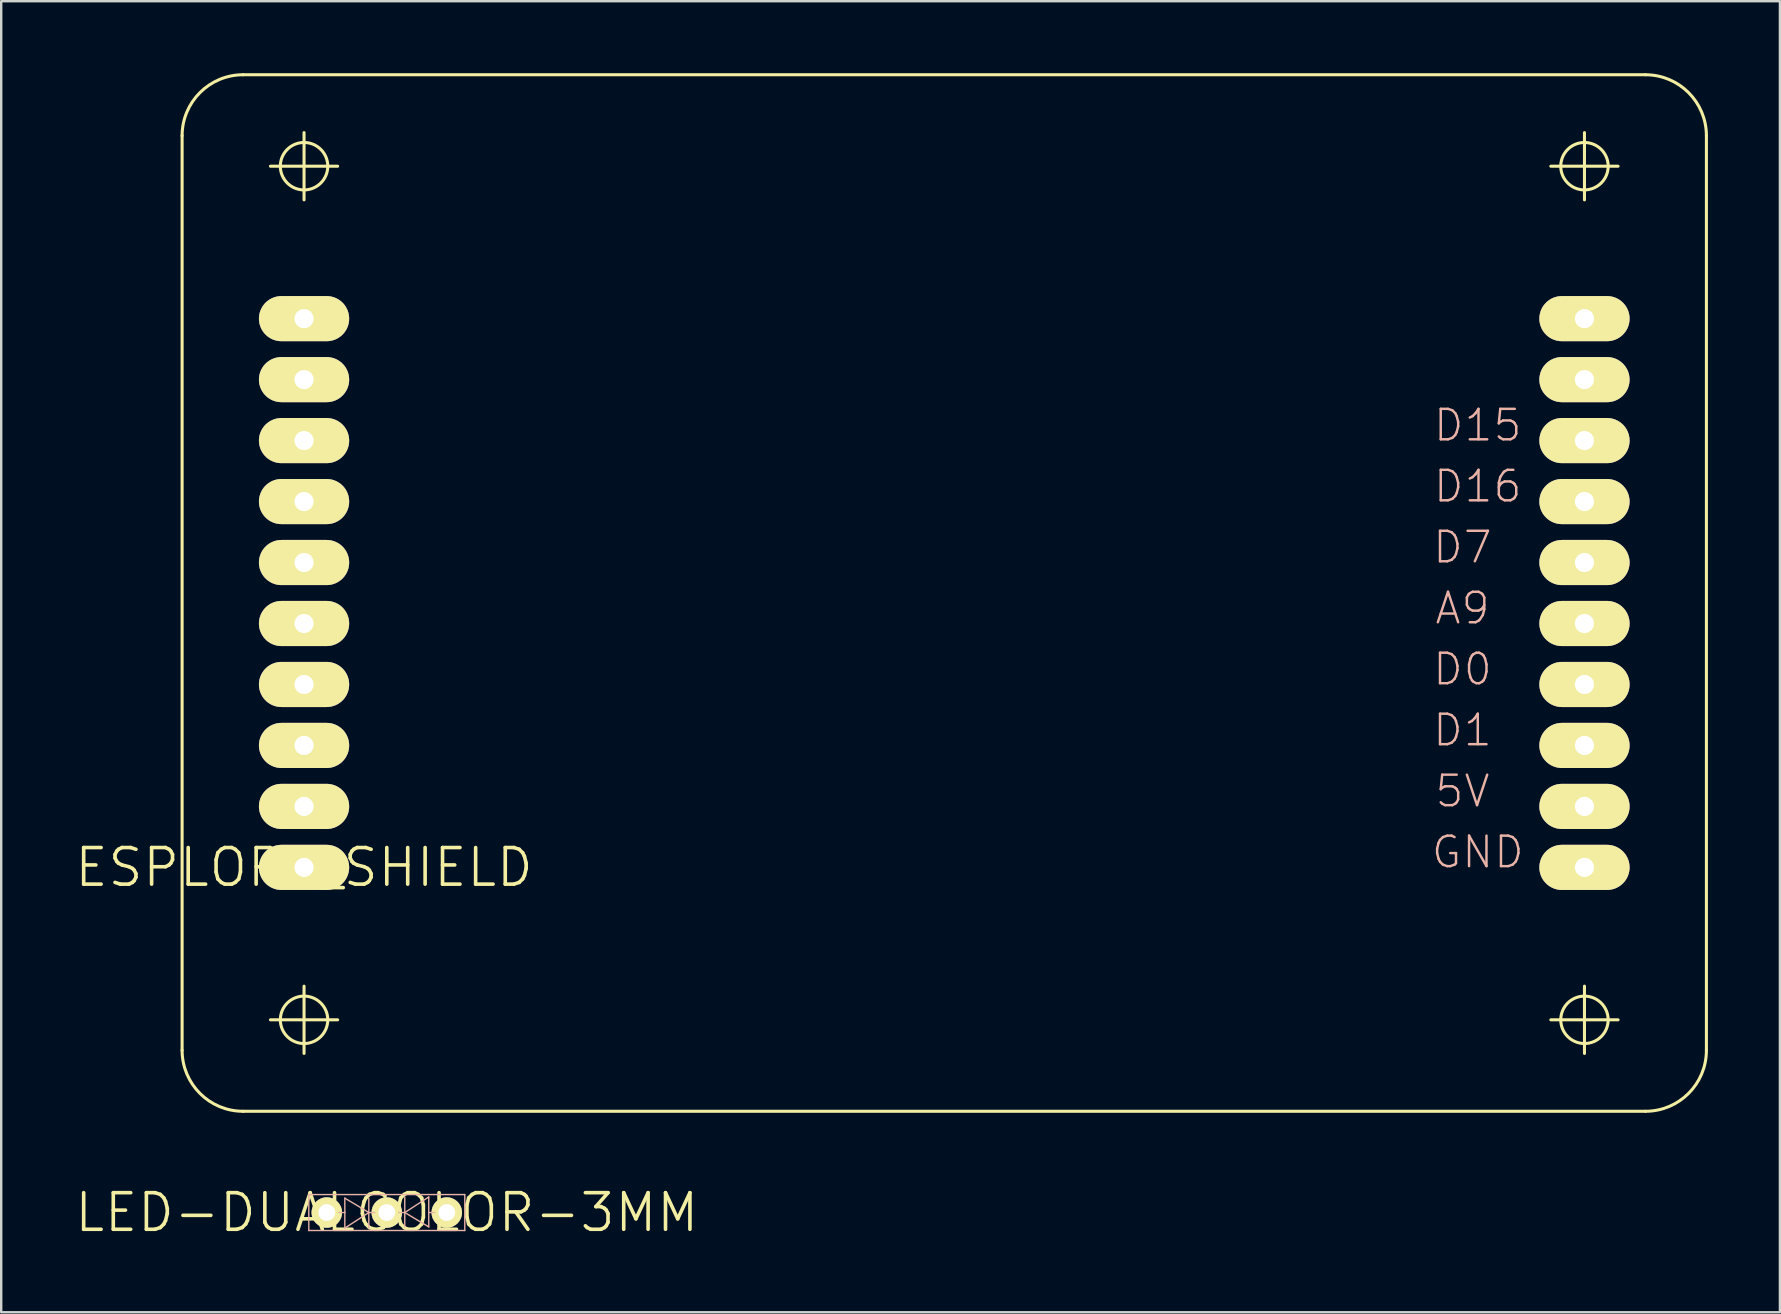
<source format=kicad_pcb>
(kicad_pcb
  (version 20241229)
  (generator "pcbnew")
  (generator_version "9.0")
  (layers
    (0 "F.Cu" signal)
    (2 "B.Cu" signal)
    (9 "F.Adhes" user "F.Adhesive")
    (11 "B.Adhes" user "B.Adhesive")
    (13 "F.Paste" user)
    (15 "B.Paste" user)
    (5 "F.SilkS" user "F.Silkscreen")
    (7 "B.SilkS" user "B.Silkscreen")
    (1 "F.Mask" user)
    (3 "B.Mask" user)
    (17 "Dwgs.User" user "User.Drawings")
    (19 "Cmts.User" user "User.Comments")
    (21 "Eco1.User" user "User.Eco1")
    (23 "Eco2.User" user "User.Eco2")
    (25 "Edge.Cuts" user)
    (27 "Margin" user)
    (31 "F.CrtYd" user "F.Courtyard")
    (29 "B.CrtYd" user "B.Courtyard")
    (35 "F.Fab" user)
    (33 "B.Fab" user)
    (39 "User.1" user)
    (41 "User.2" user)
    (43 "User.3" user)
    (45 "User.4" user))
  (footprint "LED-DUALCOLOR-3MM"
    (layer "F.Cu")
    (at 13.063 47.462)
    (property "Reference" "LED-DUALCOLOR-3MM" (at 0 0 0) (layer "F.SilkS") (effects (font (size 1.524 1.524) (thickness 0.15))))
    (attr exclude_from_pos_files exclude_from_bom)
    (fp_line (start -3.249 -0.749) (end 3.249 -0.749) (stroke (width 0.058) (type solid)) (layer "B.SilkS"))
    (fp_line (start -3.249 0.749) (end -3.249 -0.749) (stroke (width 0.058) (type solid)) (layer "B.SilkS"))
    (fp_line (start -1.748 -0.599) (end -1.748 0) (stroke (width 0.058) (type solid)) (layer "B.SilkS"))
    (fp_line (start -1.748 0) (end -1.999 0) (stroke (width 0.058) (type solid)) (layer "B.SilkS"))
    (fp_line (start -1.748 0) (end -1.748 0.648) (stroke (width 0.058) (type solid)) (layer "B.SilkS"))
    (fp_line (start -1.748 0.648) (end -0.749 0) (stroke (width 0.058) (type solid)) (layer "B.SilkS"))
    (fp_line (start -0.749 -0.599) (end -0.749 0) (stroke (width 0.058) (type solid)) (layer "B.SilkS"))
    (fp_line (start -0.749 0) (end -1.748 -0.599) (stroke (width 0.058) (type solid)) (layer "B.SilkS"))
    (fp_line (start -0.749 0) (end -0.749 0.648) (stroke (width 0.058) (type solid)) (layer "B.SilkS"))
    (fp_line (start -0.749 0) (end -0.498 0) (stroke (width 0.058) (type solid)) (layer "B.SilkS"))
    (fp_line (start 0.498 0) (end 0.749 0) (stroke (width 0.058) (type solid)) (layer "B.SilkS"))
    (fp_line (start 0.749 0) (end 0.749 -0.648) (stroke (width 0.058) (type solid)) (layer "B.SilkS"))
    (fp_line (start 0.749 0) (end 1.748 0.599) (stroke (width 0.058) (type solid)) (layer "B.SilkS"))
    (fp_line (start 0.749 0.599) (end 0.749 0) (stroke (width 0.058) (type solid)) (layer "B.SilkS"))
    (fp_line (start 1.748 -0.648) (end 0.749 0) (stroke (width 0.058) (type solid)) (layer "B.SilkS"))
    (fp_line (start 1.748 0) (end 1.748 -0.648) (stroke (width 0.058) (type solid)) (layer "B.SilkS"))
    (fp_line (start 1.748 0) (end 1.999 0) (stroke (width 0.058) (type solid)) (layer "B.SilkS"))
    (fp_line (start 1.748 0.599) (end 1.748 0) (stroke (width 0.058) (type solid)) (layer "B.SilkS"))
    (fp_line (start 3.249 -0.749) (end 3.249 0.749) (stroke (width 0.058) (type solid)) (layer "B.SilkS"))
    (fp_line (start 3.249 0.749) (end -3.249 0.749) (stroke (width 0.058) (type solid)) (layer "B.SilkS"))
    (pad "A1" thru_hole circle (at -2.499 0) (size 1.27 1.27) (drill 0.699) (layers "*.Cu" "F.Mask" "F.SilkS" "F.Paste"))
    (pad "A2" thru_hole circle (at 2.499 0) (size 1.27 1.27) (drill 0.699) (layers "*.Cu" "F.Mask" "F.SilkS" "F.Paste"))
    (pad "K" thru_hole circle (at 0 0) (size 1.27 1.27) (drill 0.699) (layers "*.Cu" "F.Mask" "F.SilkS" "F.Paste")))
  (footprint "ESPLORA_SHIELD"
    (layer "F.Cu")
    (at 9.616 33.084)
    (property "Reference" "ESPLORA_SHIELD" (at 0 0 0) (layer "F.SilkS") (effects (font (size 1.524 1.524) (thickness 0.15))))
    (attr exclude_from_pos_files exclude_from_bom)
    (fp_line (start -5.08 -30.48) (end -5.08 7.62) (stroke (width 0.127) (type solid)) (layer "F.SilkS"))
    (fp_line (start -2.54 -33.02) (end 55.88 -33.02) (stroke (width 0.127) (type solid)) (layer "F.SilkS"))
    (fp_line (start -2.54 10.16) (end 55.88 10.16) (stroke (width 0.127) (type solid)) (layer "F.SilkS"))
    (fp_line (start -1.4 -29.21) (end 1.4 -29.21) (stroke (width 0.127) (type solid)) (layer "F.SilkS"))
    (fp_line (start -1.4 6.35) (end 1.4 6.35) (stroke (width 0.127) (type solid)) (layer "F.SilkS"))
    (fp_line (start 0 -27.808) (end 0 -30.61) (stroke (width 0.127) (type solid)) (layer "F.SilkS"))
    (fp_line (start 0 7.75) (end 0 4.948) (stroke (width 0.127) (type solid)) (layer "F.SilkS"))
    (fp_line (start 51.938 -29.21) (end 54.74 -29.21) (stroke (width 0.127) (type solid)) (layer "F.SilkS"))
    (fp_line (start 51.938 6.35) (end 54.74 6.35) (stroke (width 0.127) (type solid)) (layer "F.SilkS"))
    (fp_line (start 53.34 -27.808) (end 53.34 -30.61) (stroke (width 0.127) (type solid)) (layer "F.SilkS"))
    (fp_line (start 53.34 7.75) (end 53.34 4.948) (stroke (width 0.127) (type solid)) (layer "F.SilkS"))
    (fp_line (start 58.42 7.62) (end 58.42 -30.48) (stroke (width 0.127) (type solid)) (layer "F.SilkS"))
    (fp_arc (start -5.08 -30.48) (mid -4.336051 -32.276051) (end -2.54 -33.02) (stroke (width 0.127) (type solid)) (layer "F.SilkS"))
    (fp_arc (start -2.54 10.16) (mid -4.336051 9.416051) (end -5.08 7.62) (stroke (width 0.127) (type solid)) (layer "F.SilkS"))
    (fp_arc (start 55.88 -33.02) (mid 57.676051 -32.276051) (end 58.42 -30.48) (stroke (width 0.127) (type solid)) (layer "F.SilkS"))
    (fp_arc (start 58.42 7.62) (mid 57.676051 9.416051) (end 55.88 10.16) (stroke (width 0.127) (type solid)) (layer "F.SilkS"))
    (fp_circle (center 0 -29.21) (end -0.699 -29.909) (stroke (width 0.127) (type solid)) (fill no) (layer "F.SilkS"))
    (fp_circle (center 0 6.35) (end -0.699 7.048) (stroke (width 0.127) (type solid)) (fill no) (layer "F.SilkS"))
    (fp_circle (center 53.34 -29.21) (end 54.038 -29.909) (stroke (width 0.127) (type solid)) (fill no) (layer "F.SilkS"))
    (fp_circle (center 53.34 6.35) (end 54.038 7.048) (stroke (width 0.127) (type solid)) (fill no) (layer "F.SilkS"))
    (fp_text user "D0" (at 48.26 -8.255 0) (layer "B.SilkS") (effects (font (size 1.27 1.27) (thickness 0.102))))
    (fp_text user "D1" (at 48.26 -5.715 0) (layer "B.SilkS") (effects (font (size 1.27 1.27) (thickness 0.102))))
    (fp_text user "D7" (at 48.26 -13.335 0) (layer "B.SilkS") (effects (font (size 1.27 1.27) (thickness 0.102))))
    (fp_text user "A9" (at 48.26 -10.795 0) (layer "B.SilkS") (effects (font (size 1.27 1.27) (thickness 0.102))))
    (fp_text user "GND" (at 48.895 -0.635 0) (layer "B.SilkS") (effects (font (size 1.27 1.27) (thickness 0.102))))
    (fp_text user "5V" (at 48.26 -3.175 0) (layer "B.SilkS") (effects (font (size 1.27 1.27) (thickness 0.102))))
    (fp_text user "D16" (at 48.895 -15.875 0) (layer "B.SilkS") (effects (font (size 1.27 1.27) (thickness 0.102))))
    (fp_text user "D15" (at 48.895 -18.415 0) (layer "B.SilkS") (effects (font (size 1.27 1.27) (thickness 0.102))))
    (pad "5V" thru_hole oval (at 53.34 -22.86 90) (size 1.88 3.759) (drill 0.798) (layers "*.Cu" "F.Mask" "F.SilkS" "F.Paste"))
    (pad "5V-1" thru_hole oval (at 53.34 -2.54 90) (size 1.88 3.759) (drill 0.798) (layers "*.Cu" "F.Mask" "F.SilkS" "F.Paste"))
    (pad "D0" thru_hole oval (at 53.34 -7.62 90) (size 1.88 3.759) (drill 0.798) (layers "*.Cu" "F.Mask" "F.SilkS" "F.Paste"))
    (pad "D1" thru_hole oval (at 53.34 -5.08 90) (size 1.88 3.759) (drill 0.798) (layers "*.Cu" "F.Mask" "F.SilkS" "F.Paste"))
    (pad "D7" thru_hole oval (at 53.34 -12.7 90) (size 1.88 3.759) (drill 0.798) (layers "*.Cu" "F.Mask" "F.SilkS" "F.Paste"))
    (pad "D8/A" thru_hole oval (at 53.34 -10.16 90) (size 1.88 3.759) (drill 0.798) (layers "*.Cu" "F.Mask" "F.SilkS" "F.Paste"))
    (pad "D14" thru_hole oval (at 53.34 -20.32 90) (size 1.88 3.759) (drill 0.798) (layers "*.Cu" "F.Mask" "F.SilkS" "F.Paste"))
    (pad "D15" thru_hole oval (at 53.34 -17.78 90) (size 1.88 3.759) (drill 0.798) (layers "*.Cu" "F.Mask" "F.SilkS" "F.Paste"))
    (pad "D16" thru_hole oval (at 53.34 -15.24 90) (size 1.88 3.759) (drill 0.798) (layers "*.Cu" "F.Mask" "F.SilkS" "F.Paste"))
    (pad "GND" thru_hole oval (at 53.34 0 90) (size 1.88 3.759) (drill 0.798) (layers "*.Cu" "F.Mask" "F.SilkS" "F.Paste"))
    (pad "NC1" thru_hole oval (at 0 -22.86 90) (size 1.88 3.759) (drill 0.798) (layers "*.Cu" "F.Mask" "F.SilkS" "F.Paste"))
    (pad "NC2" thru_hole oval (at 0 -20.32 90) (size 1.88 3.759) (drill 0.798) (layers "*.Cu" "F.Mask" "F.SilkS" "F.Paste"))
    (pad "NC3" thru_hole oval (at 0 -17.78 90) (size 1.88 3.759) (drill 0.798) (layers "*.Cu" "F.Mask" "F.SilkS" "F.Paste"))
    (pad "NC4" thru_hole oval (at 0 -15.24 90) (size 1.88 3.759) (drill 0.798) (layers "*.Cu" "F.Mask" "F.SilkS" "F.Paste"))
    (pad "NC5" thru_hole oval (at 0 -12.7 90) (size 1.88 3.759) (drill 0.798) (layers "*.Cu" "F.Mask" "F.SilkS" "F.Paste"))
    (pad "NC6" thru_hole oval (at 0 -10.16 90) (size 1.88 3.759) (drill 0.798) (layers "*.Cu" "F.Mask" "F.SilkS" "F.Paste"))
    (pad "NC7" thru_hole oval (at 0 -7.62 90) (size 1.88 3.759) (drill 0.798) (layers "*.Cu" "F.Mask" "F.SilkS" "F.Paste"))
    (pad "NC8" thru_hole oval (at 0 -5.08 90) (size 1.88 3.759) (drill 0.798) (layers "*.Cu" "F.Mask" "F.SilkS" "F.Paste"))
    (pad "NC9" thru_hole oval (at 0 -2.54 90) (size 1.88 3.759) (drill 0.798) (layers "*.Cu" "F.Mask" "F.SilkS" "F.Paste"))
    (pad "NC10" thru_hole oval (at 0 0 90) (size 1.88 3.759) (drill 0.798) (layers "*.Cu" "F.Mask" "F.SilkS" "F.Paste")))
  (gr_rect
    (start -3 -3)
    (end 71.099 51.617)
    (stroke (width 0.1) (type default))
    (fill no)
    (layer "Edge.Cuts")))
</source>
